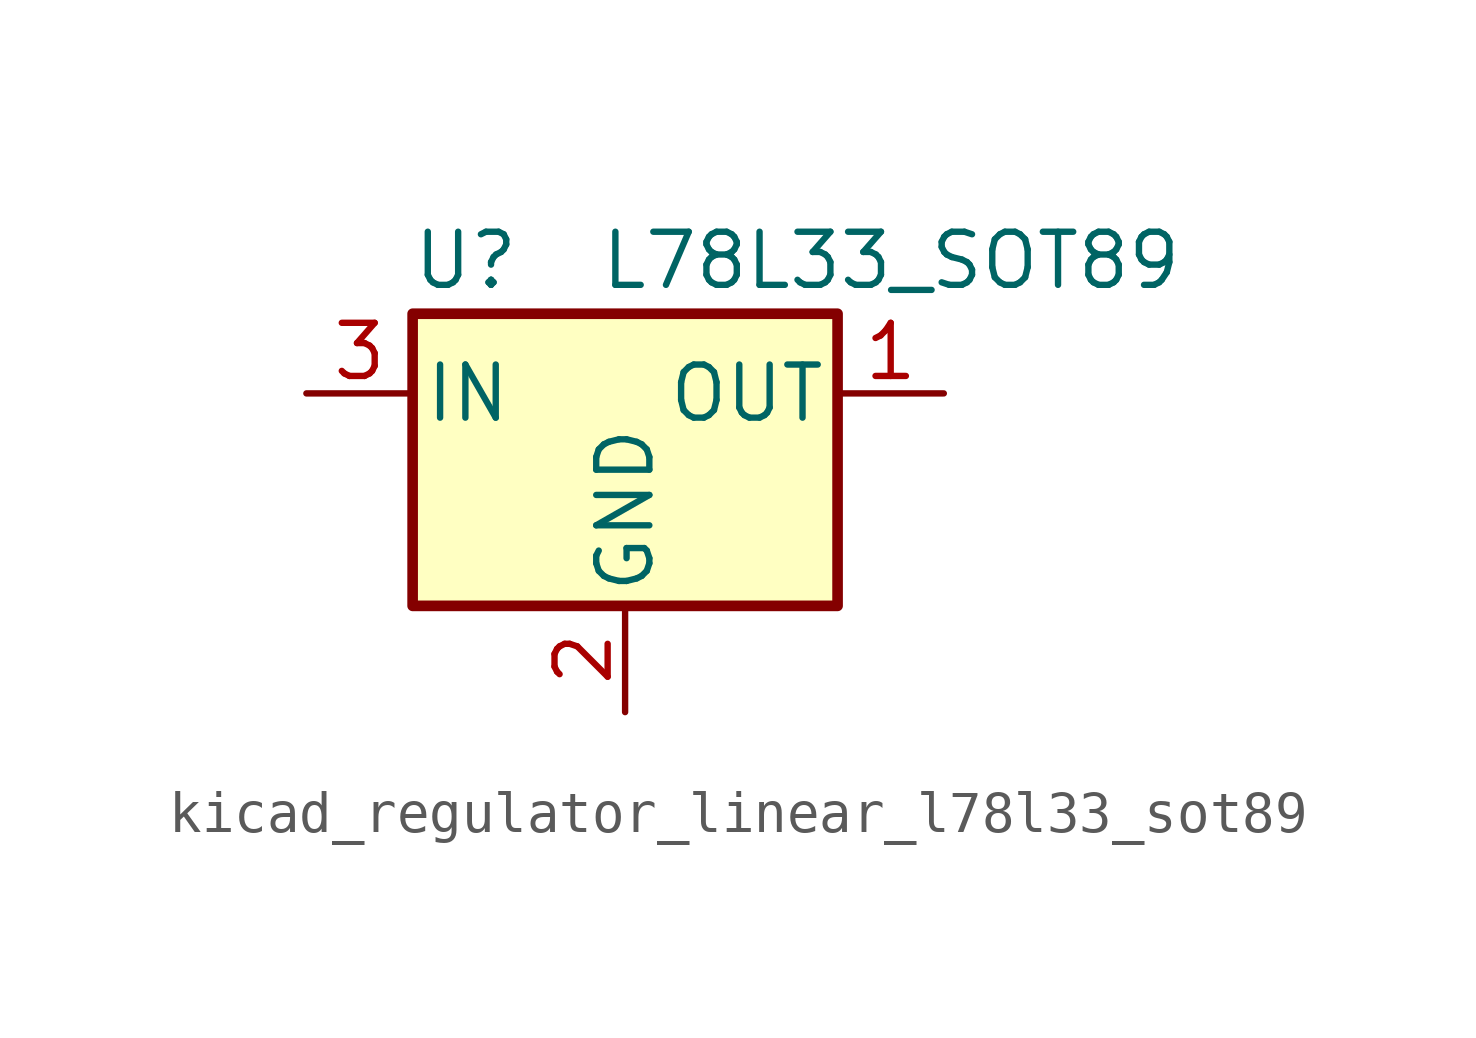
<source format=kicad_sym>
(kicad_symbol_lib
  (version 20220914)
  (generator kicad_symbol_editor)
  (symbol "kicad_regulator_linear_l78l33_sot89"
    (pin_names
      (offset 0.254))
    (property "Reference" "U"
      (at -3.81 3.175 0)
      (effects (font (size 1.27 1.27))))
    (property "Value" "L78L33_SOT89"
      (at -0.635 3.175 0)
      (effects (font (size 1.27 1.27)) (justify left)))
    (symbol "kicad_regulator_linear_l78l33_sot89_0_1"
      (rectangle (start -5.08 1.905) (end 5.08 -5.08) (stroke (width 0.254) (type default)) (fill (type background))))
    (symbol "kicad_regulator_linear_l78l33_sot89_1_1"
      (pin power_out line (at 7.62 0 180) (length 2.54) (name "OUT" (effects (font (size 1.27 1.27)))) (number "1" (effects (font (size 1.27 1.27)))))
      (pin power_in line (at 0 -7.62 90) (length 2.54) (name "GND" (effects (font (size 1.27 1.27)))) (number "2" (effects (font (size 1.27 1.27)))))
      (pin power_in line (at -7.62 0 0) (length 2.54) (name "IN" (effects (font (size 1.27 1.27)))) (number "3" (effects (font (size 1.27 1.27))))))))
</source>
